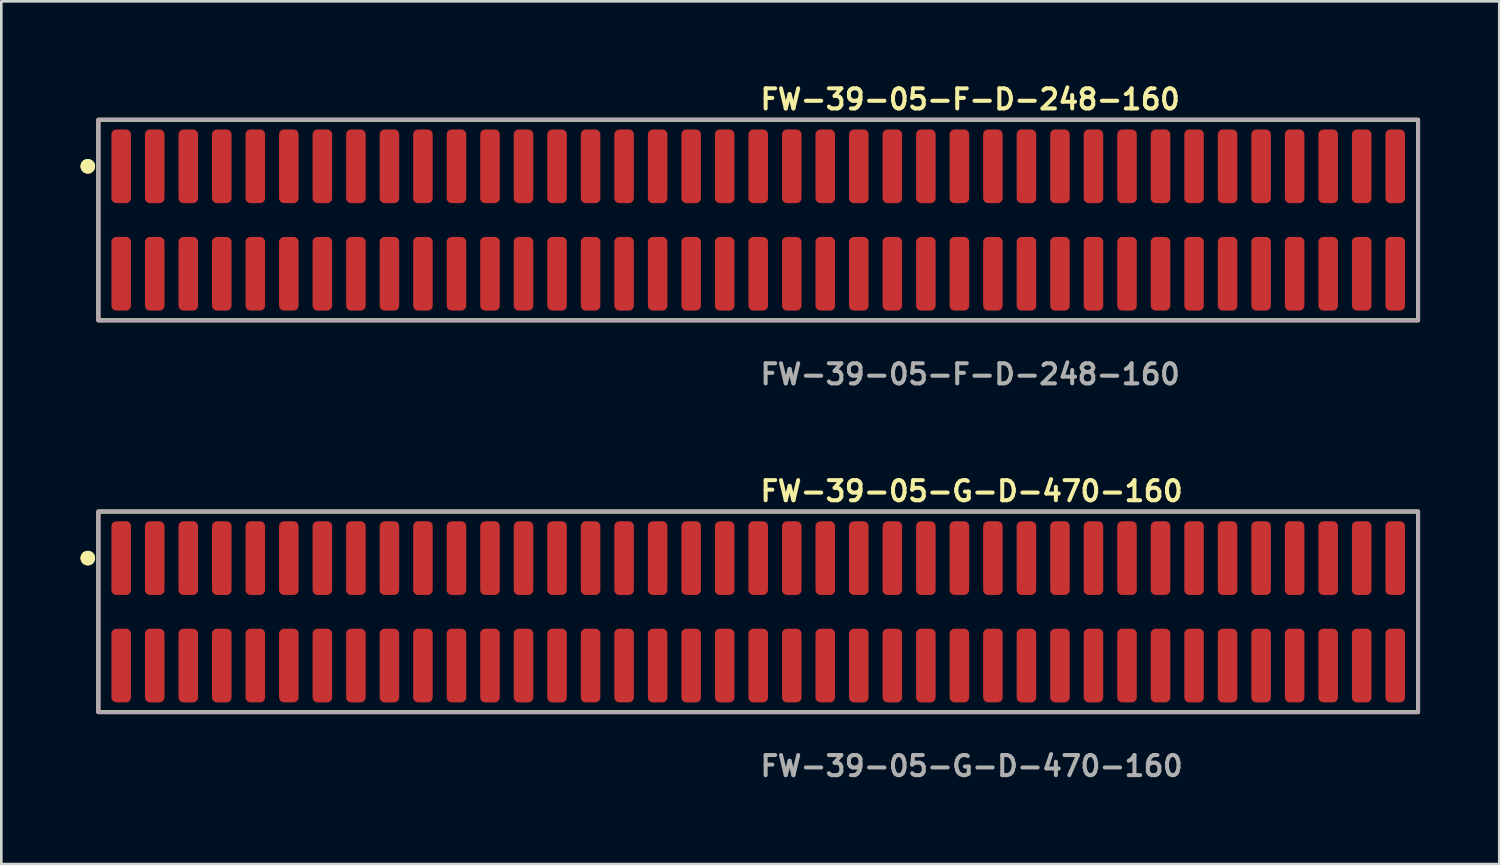
<source format=kicad_pcb>
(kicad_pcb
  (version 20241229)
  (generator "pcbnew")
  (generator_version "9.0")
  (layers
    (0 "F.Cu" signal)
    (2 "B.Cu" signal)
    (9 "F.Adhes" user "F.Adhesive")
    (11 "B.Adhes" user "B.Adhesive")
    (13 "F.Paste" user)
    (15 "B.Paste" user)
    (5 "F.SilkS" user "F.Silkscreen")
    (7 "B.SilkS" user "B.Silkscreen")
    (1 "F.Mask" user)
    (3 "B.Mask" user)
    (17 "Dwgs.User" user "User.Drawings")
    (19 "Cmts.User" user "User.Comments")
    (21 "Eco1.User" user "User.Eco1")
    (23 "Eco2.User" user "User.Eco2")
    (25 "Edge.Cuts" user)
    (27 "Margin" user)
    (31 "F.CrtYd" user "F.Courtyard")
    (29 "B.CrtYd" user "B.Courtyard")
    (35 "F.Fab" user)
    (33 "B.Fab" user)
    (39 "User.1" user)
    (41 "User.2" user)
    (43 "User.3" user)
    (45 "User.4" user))
  (footprint "FW-39-05-F-D-248-160"
    (layer "F.Cu")
    (at 25.671 5.285)
    (property "Reference" "FW-39-05-F-D-248-160" (at 0 -4.572 0) (unlocked yes) (layer "F.SilkS") (effects (font (size 0.762 0.762) (thickness 0.152)) (justify left)))
    (fp_rect (start -24.995 3.8) (end 24.995 -3.8) (stroke (width 0.152) (type solid)) (fill no) (layer "F.SilkS"))
    (fp_circle (center -25.395 -2.035) (end -25.595 -2.035) (stroke (width 0.152) (type solid)) (fill yes) (layer "F.SilkS"))
    (fp_circle (center -25.395 -2.035) (end -25.595 -2.035) (stroke (width 0.152) (type solid)) (fill yes) (layer "F.SilkS"))
    (fp_rect (start -24.995 3.8) (end 24.995 -3.8) (stroke (width 0.006) (type solid)) (fill no) (layer "F.CrtYd"))
    (fp_rect (start -24.995 3.8) (end 24.995 -3.8) (stroke (width 0.152) (type solid)) (fill no) (layer "F.Fab"))
    (fp_text user "${REFERENCE}" (at 0 5.842 0) (unlocked yes) (layer "F.Fab") (effects (font (size 0.762 0.762) (thickness 0.152)) (justify left)))
    (pad "1" smd roundrect (at -24.13 -2.035) (size 0.74 2.79) (layers "F.Cu" "F.Paste") (roundrect_rratio 0.25))
    (pad "2" smd roundrect (at -24.13 2.035) (size 0.74 2.79) (layers "F.Cu" "F.Paste") (roundrect_rratio 0.25))
    (pad "3" smd roundrect (at -22.86 -2.035) (size 0.74 2.79) (layers "F.Cu" "F.Paste") (roundrect_rratio 0.25))
    (pad "4" smd roundrect (at -22.86 2.035) (size 0.74 2.79) (layers "F.Cu" "F.Paste") (roundrect_rratio 0.25))
    (pad "5" smd roundrect (at -21.59 -2.035) (size 0.74 2.79) (layers "F.Cu" "F.Paste") (roundrect_rratio 0.25))
    (pad "6" smd roundrect (at -21.59 2.035) (size 0.74 2.79) (layers "F.Cu" "F.Paste") (roundrect_rratio 0.25))
    (pad "7" smd roundrect (at -20.32 -2.035) (size 0.74 2.79) (layers "F.Cu" "F.Paste") (roundrect_rratio 0.25))
    (pad "8" smd roundrect (at -20.32 2.035) (size 0.74 2.79) (layers "F.Cu" "F.Paste") (roundrect_rratio 0.25))
    (pad "9" smd roundrect (at -19.05 -2.035) (size 0.74 2.79) (layers "F.Cu" "F.Paste") (roundrect_rratio 0.25))
    (pad "10" smd roundrect (at -19.05 2.035) (size 0.74 2.79) (layers "F.Cu" "F.Paste") (roundrect_rratio 0.25))
    (pad "11" smd roundrect (at -17.78 -2.035) (size 0.74 2.79) (layers "F.Cu" "F.Paste") (roundrect_rratio 0.25))
    (pad "12" smd roundrect (at -17.78 2.035) (size 0.74 2.79) (layers "F.Cu" "F.Paste") (roundrect_rratio 0.25))
    (pad "13" smd roundrect (at -16.51 -2.035) (size 0.74 2.79) (layers "F.Cu" "F.Paste") (roundrect_rratio 0.25))
    (pad "14" smd roundrect (at -16.51 2.035) (size 0.74 2.79) (layers "F.Cu" "F.Paste") (roundrect_rratio 0.25))
    (pad "15" smd roundrect (at -15.24 -2.035) (size 0.74 2.79) (layers "F.Cu" "F.Paste") (roundrect_rratio 0.25))
    (pad "16" smd roundrect (at -15.24 2.035) (size 0.74 2.79) (layers "F.Cu" "F.Paste") (roundrect_rratio 0.25))
    (pad "17" smd roundrect (at -13.97 -2.035) (size 0.74 2.79) (layers "F.Cu" "F.Paste") (roundrect_rratio 0.25))
    (pad "18" smd roundrect (at -13.97 2.035) (size 0.74 2.79) (layers "F.Cu" "F.Paste") (roundrect_rratio 0.25))
    (pad "19" smd roundrect (at -12.7 -2.035) (size 0.74 2.79) (layers "F.Cu" "F.Paste") (roundrect_rratio 0.25))
    (pad "20" smd roundrect (at -12.7 2.035) (size 0.74 2.79) (layers "F.Cu" "F.Paste") (roundrect_rratio 0.25))
    (pad "21" smd roundrect (at -11.43 -2.035) (size 0.74 2.79) (layers "F.Cu" "F.Paste") (roundrect_rratio 0.25))
    (pad "22" smd roundrect (at -11.43 2.035) (size 0.74 2.79) (layers "F.Cu" "F.Paste") (roundrect_rratio 0.25))
    (pad "23" smd roundrect (at -10.16 -2.035) (size 0.74 2.79) (layers "F.Cu" "F.Paste") (roundrect_rratio 0.25))
    (pad "24" smd roundrect (at -10.16 2.035) (size 0.74 2.79) (layers "F.Cu" "F.Paste") (roundrect_rratio 0.25))
    (pad "25" smd roundrect (at -8.89 -2.035) (size 0.74 2.79) (layers "F.Cu" "F.Paste") (roundrect_rratio 0.25))
    (pad "26" smd roundrect (at -8.89 2.035) (size 0.74 2.79) (layers "F.Cu" "F.Paste") (roundrect_rratio 0.25))
    (pad "27" smd roundrect (at -7.62 -2.035) (size 0.74 2.79) (layers "F.Cu" "F.Paste") (roundrect_rratio 0.25))
    (pad "28" smd roundrect (at -7.62 2.035) (size 0.74 2.79) (layers "F.Cu" "F.Paste") (roundrect_rratio 0.25))
    (pad "29" smd roundrect (at -6.35 -2.035) (size 0.74 2.79) (layers "F.Cu" "F.Paste") (roundrect_rratio 0.25))
    (pad "30" smd roundrect (at -6.35 2.035) (size 0.74 2.79) (layers "F.Cu" "F.Paste") (roundrect_rratio 0.25))
    (pad "31" smd roundrect (at -5.08 -2.035) (size 0.74 2.79) (layers "F.Cu" "F.Paste") (roundrect_rratio 0.25))
    (pad "32" smd roundrect (at -5.08 2.035) (size 0.74 2.79) (layers "F.Cu" "F.Paste") (roundrect_rratio 0.25))
    (pad "33" smd roundrect (at -3.81 -2.035) (size 0.74 2.79) (layers "F.Cu" "F.Paste") (roundrect_rratio 0.25))
    (pad "34" smd roundrect (at -3.81 2.035) (size 0.74 2.79) (layers "F.Cu" "F.Paste") (roundrect_rratio 0.25))
    (pad "35" smd roundrect (at -2.54 -2.035) (size 0.74 2.79) (layers "F.Cu" "F.Paste") (roundrect_rratio 0.25))
    (pad "36" smd roundrect (at -2.54 2.035) (size 0.74 2.79) (layers "F.Cu" "F.Paste") (roundrect_rratio 0.25))
    (pad "37" smd roundrect (at -1.27 -2.035) (size 0.74 2.79) (layers "F.Cu" "F.Paste") (roundrect_rratio 0.25))
    (pad "38" smd roundrect (at -1.27 2.035) (size 0.74 2.79) (layers "F.Cu" "F.Paste") (roundrect_rratio 0.25))
    (pad "39" smd roundrect (at 0 -2.035) (size 0.74 2.79) (layers "F.Cu" "F.Paste") (roundrect_rratio 0.25))
    (pad "40" smd roundrect (at 0 2.035) (size 0.74 2.79) (layers "F.Cu" "F.Paste") (roundrect_rratio 0.25))
    (pad "41" smd roundrect (at 1.27 -2.035) (size 0.74 2.79) (layers "F.Cu" "F.Paste") (roundrect_rratio 0.25))
    (pad "42" smd roundrect (at 1.27 2.035) (size 0.74 2.79) (layers "F.Cu" "F.Paste") (roundrect_rratio 0.25))
    (pad "43" smd roundrect (at 2.54 -2.035) (size 0.74 2.79) (layers "F.Cu" "F.Paste") (roundrect_rratio 0.25))
    (pad "44" smd roundrect (at 2.54 2.035) (size 0.74 2.79) (layers "F.Cu" "F.Paste") (roundrect_rratio 0.25))
    (pad "45" smd roundrect (at 3.81 -2.035) (size 0.74 2.79) (layers "F.Cu" "F.Paste") (roundrect_rratio 0.25))
    (pad "46" smd roundrect (at 3.81 2.035) (size 0.74 2.79) (layers "F.Cu" "F.Paste") (roundrect_rratio 0.25))
    (pad "47" smd roundrect (at 5.08 -2.035) (size 0.74 2.79) (layers "F.Cu" "F.Paste") (roundrect_rratio 0.25))
    (pad "48" smd roundrect (at 5.08 2.035) (size 0.74 2.79) (layers "F.Cu" "F.Paste") (roundrect_rratio 0.25))
    (pad "49" smd roundrect (at 6.35 -2.035) (size 0.74 2.79) (layers "F.Cu" "F.Paste") (roundrect_rratio 0.25))
    (pad "50" smd roundrect (at 6.35 2.035) (size 0.74 2.79) (layers "F.Cu" "F.Paste") (roundrect_rratio 0.25))
    (pad "51" smd roundrect (at 7.62 -2.035) (size 0.74 2.79) (layers "F.Cu" "F.Paste") (roundrect_rratio 0.25))
    (pad "52" smd roundrect (at 7.62 2.035) (size 0.74 2.79) (layers "F.Cu" "F.Paste") (roundrect_rratio 0.25))
    (pad "53" smd roundrect (at 8.89 -2.035) (size 0.74 2.79) (layers "F.Cu" "F.Paste") (roundrect_rratio 0.25))
    (pad "54" smd roundrect (at 8.89 2.035) (size 0.74 2.79) (layers "F.Cu" "F.Paste") (roundrect_rratio 0.25))
    (pad "55" smd roundrect (at 10.16 -2.035) (size 0.74 2.79) (layers "F.Cu" "F.Paste") (roundrect_rratio 0.25))
    (pad "56" smd roundrect (at 10.16 2.035) (size 0.74 2.79) (layers "F.Cu" "F.Paste") (roundrect_rratio 0.25))
    (pad "57" smd roundrect (at 11.43 -2.035) (size 0.74 2.79) (layers "F.Cu" "F.Paste") (roundrect_rratio 0.25))
    (pad "58" smd roundrect (at 11.43 2.035) (size 0.74 2.79) (layers "F.Cu" "F.Paste") (roundrect_rratio 0.25))
    (pad "59" smd roundrect (at 12.7 -2.035) (size 0.74 2.79) (layers "F.Cu" "F.Paste") (roundrect_rratio 0.25))
    (pad "60" smd roundrect (at 12.7 2.035) (size 0.74 2.79) (layers "F.Cu" "F.Paste") (roundrect_rratio 0.25))
    (pad "61" smd roundrect (at 13.97 -2.035) (size 0.74 2.79) (layers "F.Cu" "F.Paste") (roundrect_rratio 0.25))
    (pad "62" smd roundrect (at 13.97 2.035) (size 0.74 2.79) (layers "F.Cu" "F.Paste") (roundrect_rratio 0.25))
    (pad "63" smd roundrect (at 15.24 -2.035) (size 0.74 2.79) (layers "F.Cu" "F.Paste") (roundrect_rratio 0.25))
    (pad "64" smd roundrect (at 15.24 2.035) (size 0.74 2.79) (layers "F.Cu" "F.Paste") (roundrect_rratio 0.25))
    (pad "65" smd roundrect (at 16.51 -2.035) (size 0.74 2.79) (layers "F.Cu" "F.Paste") (roundrect_rratio 0.25))
    (pad "66" smd roundrect (at 16.51 2.035) (size 0.74 2.79) (layers "F.Cu" "F.Paste") (roundrect_rratio 0.25))
    (pad "67" smd roundrect (at 17.78 -2.035) (size 0.74 2.79) (layers "F.Cu" "F.Paste") (roundrect_rratio 0.25))
    (pad "68" smd roundrect (at 17.78 2.035) (size 0.74 2.79) (layers "F.Cu" "F.Paste") (roundrect_rratio 0.25))
    (pad "69" smd roundrect (at 19.05 -2.035) (size 0.74 2.79) (layers "F.Cu" "F.Paste") (roundrect_rratio 0.25))
    (pad "70" smd roundrect (at 19.05 2.035) (size 0.74 2.79) (layers "F.Cu" "F.Paste") (roundrect_rratio 0.25))
    (pad "71" smd roundrect (at 20.32 -2.035) (size 0.74 2.79) (layers "F.Cu" "F.Paste") (roundrect_rratio 0.25))
    (pad "72" smd roundrect (at 20.32 2.035) (size 0.74 2.79) (layers "F.Cu" "F.Paste") (roundrect_rratio 0.25))
    (pad "73" smd roundrect (at 21.59 -2.035) (size 0.74 2.79) (layers "F.Cu" "F.Paste") (roundrect_rratio 0.25))
    (pad "74" smd roundrect (at 21.59 2.035) (size 0.74 2.79) (layers "F.Cu" "F.Paste") (roundrect_rratio 0.25))
    (pad "75" smd roundrect (at 22.86 -2.035) (size 0.74 2.79) (layers "F.Cu" "F.Paste") (roundrect_rratio 0.25))
    (pad "76" smd roundrect (at 22.86 2.035) (size 0.74 2.79) (layers "F.Cu" "F.Paste") (roundrect_rratio 0.25))
    (pad "77" smd roundrect (at 24.13 -2.035) (size 0.74 2.79) (layers "F.Cu" "F.Paste") (roundrect_rratio 0.25))
    (pad "78" smd roundrect (at 24.13 2.035) (size 0.74 2.79) (layers "F.Cu" "F.Paste") (roundrect_rratio 0.25)))
  (footprint "FW-39-05-G-D-470-160"
    (layer "F.Cu")
    (at 25.671 20.126)
    (property "Reference" "FW-39-05-G-D-470-160" (at 0 -4.572 0) (unlocked yes) (layer "F.SilkS") (effects (font (size 0.762 0.762) (thickness 0.152)) (justify left)))
    (fp_rect (start -24.995 3.8) (end 24.995 -3.8) (stroke (width 0.152) (type solid)) (fill no) (layer "F.SilkS"))
    (fp_circle (center -25.395 -2.035) (end -25.595 -2.035) (stroke (width 0.152) (type solid)) (fill yes) (layer "F.SilkS"))
    (fp_circle (center -25.395 -2.035) (end -25.595 -2.035) (stroke (width 0.152) (type solid)) (fill yes) (layer "F.SilkS"))
    (fp_rect (start -24.995 3.8) (end 24.995 -3.8) (stroke (width 0.006) (type solid)) (fill no) (layer "F.CrtYd"))
    (fp_rect (start -24.995 3.8) (end 24.995 -3.8) (stroke (width 0.152) (type solid)) (fill no) (layer "F.Fab"))
    (fp_text user "${REFERENCE}" (at 0 5.842 0) (unlocked yes) (layer "F.Fab") (effects (font (size 0.762 0.762) (thickness 0.152)) (justify left)))
    (pad "1" smd roundrect (at -24.13 -2.035) (size 0.74 2.79) (layers "F.Cu" "F.Paste") (roundrect_rratio 0.25))
    (pad "2" smd roundrect (at -24.13 2.035) (size 0.74 2.79) (layers "F.Cu" "F.Paste") (roundrect_rratio 0.25))
    (pad "3" smd roundrect (at -22.86 -2.035) (size 0.74 2.79) (layers "F.Cu" "F.Paste") (roundrect_rratio 0.25))
    (pad "4" smd roundrect (at -22.86 2.035) (size 0.74 2.79) (layers "F.Cu" "F.Paste") (roundrect_rratio 0.25))
    (pad "5" smd roundrect (at -21.59 -2.035) (size 0.74 2.79) (layers "F.Cu" "F.Paste") (roundrect_rratio 0.25))
    (pad "6" smd roundrect (at -21.59 2.035) (size 0.74 2.79) (layers "F.Cu" "F.Paste") (roundrect_rratio 0.25))
    (pad "7" smd roundrect (at -20.32 -2.035) (size 0.74 2.79) (layers "F.Cu" "F.Paste") (roundrect_rratio 0.25))
    (pad "8" smd roundrect (at -20.32 2.035) (size 0.74 2.79) (layers "F.Cu" "F.Paste") (roundrect_rratio 0.25))
    (pad "9" smd roundrect (at -19.05 -2.035) (size 0.74 2.79) (layers "F.Cu" "F.Paste") (roundrect_rratio 0.25))
    (pad "10" smd roundrect (at -19.05 2.035) (size 0.74 2.79) (layers "F.Cu" "F.Paste") (roundrect_rratio 0.25))
    (pad "11" smd roundrect (at -17.78 -2.035) (size 0.74 2.79) (layers "F.Cu" "F.Paste") (roundrect_rratio 0.25))
    (pad "12" smd roundrect (at -17.78 2.035) (size 0.74 2.79) (layers "F.Cu" "F.Paste") (roundrect_rratio 0.25))
    (pad "13" smd roundrect (at -16.51 -2.035) (size 0.74 2.79) (layers "F.Cu" "F.Paste") (roundrect_rratio 0.25))
    (pad "14" smd roundrect (at -16.51 2.035) (size 0.74 2.79) (layers "F.Cu" "F.Paste") (roundrect_rratio 0.25))
    (pad "15" smd roundrect (at -15.24 -2.035) (size 0.74 2.79) (layers "F.Cu" "F.Paste") (roundrect_rratio 0.25))
    (pad "16" smd roundrect (at -15.24 2.035) (size 0.74 2.79) (layers "F.Cu" "F.Paste") (roundrect_rratio 0.25))
    (pad "17" smd roundrect (at -13.97 -2.035) (size 0.74 2.79) (layers "F.Cu" "F.Paste") (roundrect_rratio 0.25))
    (pad "18" smd roundrect (at -13.97 2.035) (size 0.74 2.79) (layers "F.Cu" "F.Paste") (roundrect_rratio 0.25))
    (pad "19" smd roundrect (at -12.7 -2.035) (size 0.74 2.79) (layers "F.Cu" "F.Paste") (roundrect_rratio 0.25))
    (pad "20" smd roundrect (at -12.7 2.035) (size 0.74 2.79) (layers "F.Cu" "F.Paste") (roundrect_rratio 0.25))
    (pad "21" smd roundrect (at -11.43 -2.035) (size 0.74 2.79) (layers "F.Cu" "F.Paste") (roundrect_rratio 0.25))
    (pad "22" smd roundrect (at -11.43 2.035) (size 0.74 2.79) (layers "F.Cu" "F.Paste") (roundrect_rratio 0.25))
    (pad "23" smd roundrect (at -10.16 -2.035) (size 0.74 2.79) (layers "F.Cu" "F.Paste") (roundrect_rratio 0.25))
    (pad "24" smd roundrect (at -10.16 2.035) (size 0.74 2.79) (layers "F.Cu" "F.Paste") (roundrect_rratio 0.25))
    (pad "25" smd roundrect (at -8.89 -2.035) (size 0.74 2.79) (layers "F.Cu" "F.Paste") (roundrect_rratio 0.25))
    (pad "26" smd roundrect (at -8.89 2.035) (size 0.74 2.79) (layers "F.Cu" "F.Paste") (roundrect_rratio 0.25))
    (pad "27" smd roundrect (at -7.62 -2.035) (size 0.74 2.79) (layers "F.Cu" "F.Paste") (roundrect_rratio 0.25))
    (pad "28" smd roundrect (at -7.62 2.035) (size 0.74 2.79) (layers "F.Cu" "F.Paste") (roundrect_rratio 0.25))
    (pad "29" smd roundrect (at -6.35 -2.035) (size 0.74 2.79) (layers "F.Cu" "F.Paste") (roundrect_rratio 0.25))
    (pad "30" smd roundrect (at -6.35 2.035) (size 0.74 2.79) (layers "F.Cu" "F.Paste") (roundrect_rratio 0.25))
    (pad "31" smd roundrect (at -5.08 -2.035) (size 0.74 2.79) (layers "F.Cu" "F.Paste") (roundrect_rratio 0.25))
    (pad "32" smd roundrect (at -5.08 2.035) (size 0.74 2.79) (layers "F.Cu" "F.Paste") (roundrect_rratio 0.25))
    (pad "33" smd roundrect (at -3.81 -2.035) (size 0.74 2.79) (layers "F.Cu" "F.Paste") (roundrect_rratio 0.25))
    (pad "34" smd roundrect (at -3.81 2.035) (size 0.74 2.79) (layers "F.Cu" "F.Paste") (roundrect_rratio 0.25))
    (pad "35" smd roundrect (at -2.54 -2.035) (size 0.74 2.79) (layers "F.Cu" "F.Paste") (roundrect_rratio 0.25))
    (pad "36" smd roundrect (at -2.54 2.035) (size 0.74 2.79) (layers "F.Cu" "F.Paste") (roundrect_rratio 0.25))
    (pad "37" smd roundrect (at -1.27 -2.035) (size 0.74 2.79) (layers "F.Cu" "F.Paste") (roundrect_rratio 0.25))
    (pad "38" smd roundrect (at -1.27 2.035) (size 0.74 2.79) (layers "F.Cu" "F.Paste") (roundrect_rratio 0.25))
    (pad "39" smd roundrect (at 0 -2.035) (size 0.74 2.79) (layers "F.Cu" "F.Paste") (roundrect_rratio 0.25))
    (pad "40" smd roundrect (at 0 2.035) (size 0.74 2.79) (layers "F.Cu" "F.Paste") (roundrect_rratio 0.25))
    (pad "41" smd roundrect (at 1.27 -2.035) (size 0.74 2.79) (layers "F.Cu" "F.Paste") (roundrect_rratio 0.25))
    (pad "42" smd roundrect (at 1.27 2.035) (size 0.74 2.79) (layers "F.Cu" "F.Paste") (roundrect_rratio 0.25))
    (pad "43" smd roundrect (at 2.54 -2.035) (size 0.74 2.79) (layers "F.Cu" "F.Paste") (roundrect_rratio 0.25))
    (pad "44" smd roundrect (at 2.54 2.035) (size 0.74 2.79) (layers "F.Cu" "F.Paste") (roundrect_rratio 0.25))
    (pad "45" smd roundrect (at 3.81 -2.035) (size 0.74 2.79) (layers "F.Cu" "F.Paste") (roundrect_rratio 0.25))
    (pad "46" smd roundrect (at 3.81 2.035) (size 0.74 2.79) (layers "F.Cu" "F.Paste") (roundrect_rratio 0.25))
    (pad "47" smd roundrect (at 5.08 -2.035) (size 0.74 2.79) (layers "F.Cu" "F.Paste") (roundrect_rratio 0.25))
    (pad "48" smd roundrect (at 5.08 2.035) (size 0.74 2.79) (layers "F.Cu" "F.Paste") (roundrect_rratio 0.25))
    (pad "49" smd roundrect (at 6.35 -2.035) (size 0.74 2.79) (layers "F.Cu" "F.Paste") (roundrect_rratio 0.25))
    (pad "50" smd roundrect (at 6.35 2.035) (size 0.74 2.79) (layers "F.Cu" "F.Paste") (roundrect_rratio 0.25))
    (pad "51" smd roundrect (at 7.62 -2.035) (size 0.74 2.79) (layers "F.Cu" "F.Paste") (roundrect_rratio 0.25))
    (pad "52" smd roundrect (at 7.62 2.035) (size 0.74 2.79) (layers "F.Cu" "F.Paste") (roundrect_rratio 0.25))
    (pad "53" smd roundrect (at 8.89 -2.035) (size 0.74 2.79) (layers "F.Cu" "F.Paste") (roundrect_rratio 0.25))
    (pad "54" smd roundrect (at 8.89 2.035) (size 0.74 2.79) (layers "F.Cu" "F.Paste") (roundrect_rratio 0.25))
    (pad "55" smd roundrect (at 10.16 -2.035) (size 0.74 2.79) (layers "F.Cu" "F.Paste") (roundrect_rratio 0.25))
    (pad "56" smd roundrect (at 10.16 2.035) (size 0.74 2.79) (layers "F.Cu" "F.Paste") (roundrect_rratio 0.25))
    (pad "57" smd roundrect (at 11.43 -2.035) (size 0.74 2.79) (layers "F.Cu" "F.Paste") (roundrect_rratio 0.25))
    (pad "58" smd roundrect (at 11.43 2.035) (size 0.74 2.79) (layers "F.Cu" "F.Paste") (roundrect_rratio 0.25))
    (pad "59" smd roundrect (at 12.7 -2.035) (size 0.74 2.79) (layers "F.Cu" "F.Paste") (roundrect_rratio 0.25))
    (pad "60" smd roundrect (at 12.7 2.035) (size 0.74 2.79) (layers "F.Cu" "F.Paste") (roundrect_rratio 0.25))
    (pad "61" smd roundrect (at 13.97 -2.035) (size 0.74 2.79) (layers "F.Cu" "F.Paste") (roundrect_rratio 0.25))
    (pad "62" smd roundrect (at 13.97 2.035) (size 0.74 2.79) (layers "F.Cu" "F.Paste") (roundrect_rratio 0.25))
    (pad "63" smd roundrect (at 15.24 -2.035) (size 0.74 2.79) (layers "F.Cu" "F.Paste") (roundrect_rratio 0.25))
    (pad "64" smd roundrect (at 15.24 2.035) (size 0.74 2.79) (layers "F.Cu" "F.Paste") (roundrect_rratio 0.25))
    (pad "65" smd roundrect (at 16.51 -2.035) (size 0.74 2.79) (layers "F.Cu" "F.Paste") (roundrect_rratio 0.25))
    (pad "66" smd roundrect (at 16.51 2.035) (size 0.74 2.79) (layers "F.Cu" "F.Paste") (roundrect_rratio 0.25))
    (pad "67" smd roundrect (at 17.78 -2.035) (size 0.74 2.79) (layers "F.Cu" "F.Paste") (roundrect_rratio 0.25))
    (pad "68" smd roundrect (at 17.78 2.035) (size 0.74 2.79) (layers "F.Cu" "F.Paste") (roundrect_rratio 0.25))
    (pad "69" smd roundrect (at 19.05 -2.035) (size 0.74 2.79) (layers "F.Cu" "F.Paste") (roundrect_rratio 0.25))
    (pad "70" smd roundrect (at 19.05 2.035) (size 0.74 2.79) (layers "F.Cu" "F.Paste") (roundrect_rratio 0.25))
    (pad "71" smd roundrect (at 20.32 -2.035) (size 0.74 2.79) (layers "F.Cu" "F.Paste") (roundrect_rratio 0.25))
    (pad "72" smd roundrect (at 20.32 2.035) (size 0.74 2.79) (layers "F.Cu" "F.Paste") (roundrect_rratio 0.25))
    (pad "73" smd roundrect (at 21.59 -2.035) (size 0.74 2.79) (layers "F.Cu" "F.Paste") (roundrect_rratio 0.25))
    (pad "74" smd roundrect (at 21.59 2.035) (size 0.74 2.79) (layers "F.Cu" "F.Paste") (roundrect_rratio 0.25))
    (pad "75" smd roundrect (at 22.86 -2.035) (size 0.74 2.79) (layers "F.Cu" "F.Paste") (roundrect_rratio 0.25))
    (pad "76" smd roundrect (at 22.86 2.035) (size 0.74 2.79) (layers "F.Cu" "F.Paste") (roundrect_rratio 0.25))
    (pad "77" smd roundrect (at 24.13 -2.035) (size 0.74 2.79) (layers "F.Cu" "F.Paste") (roundrect_rratio 0.25))
    (pad "78" smd roundrect (at 24.13 2.035) (size 0.74 2.79) (layers "F.Cu" "F.Paste") (roundrect_rratio 0.25)))
  (gr_rect
    (start -3 -3)
    (end 53.742 29.681)
    (stroke (width 0.1) (type default))
    (fill no)
    (layer "Edge.Cuts")))
</source>
